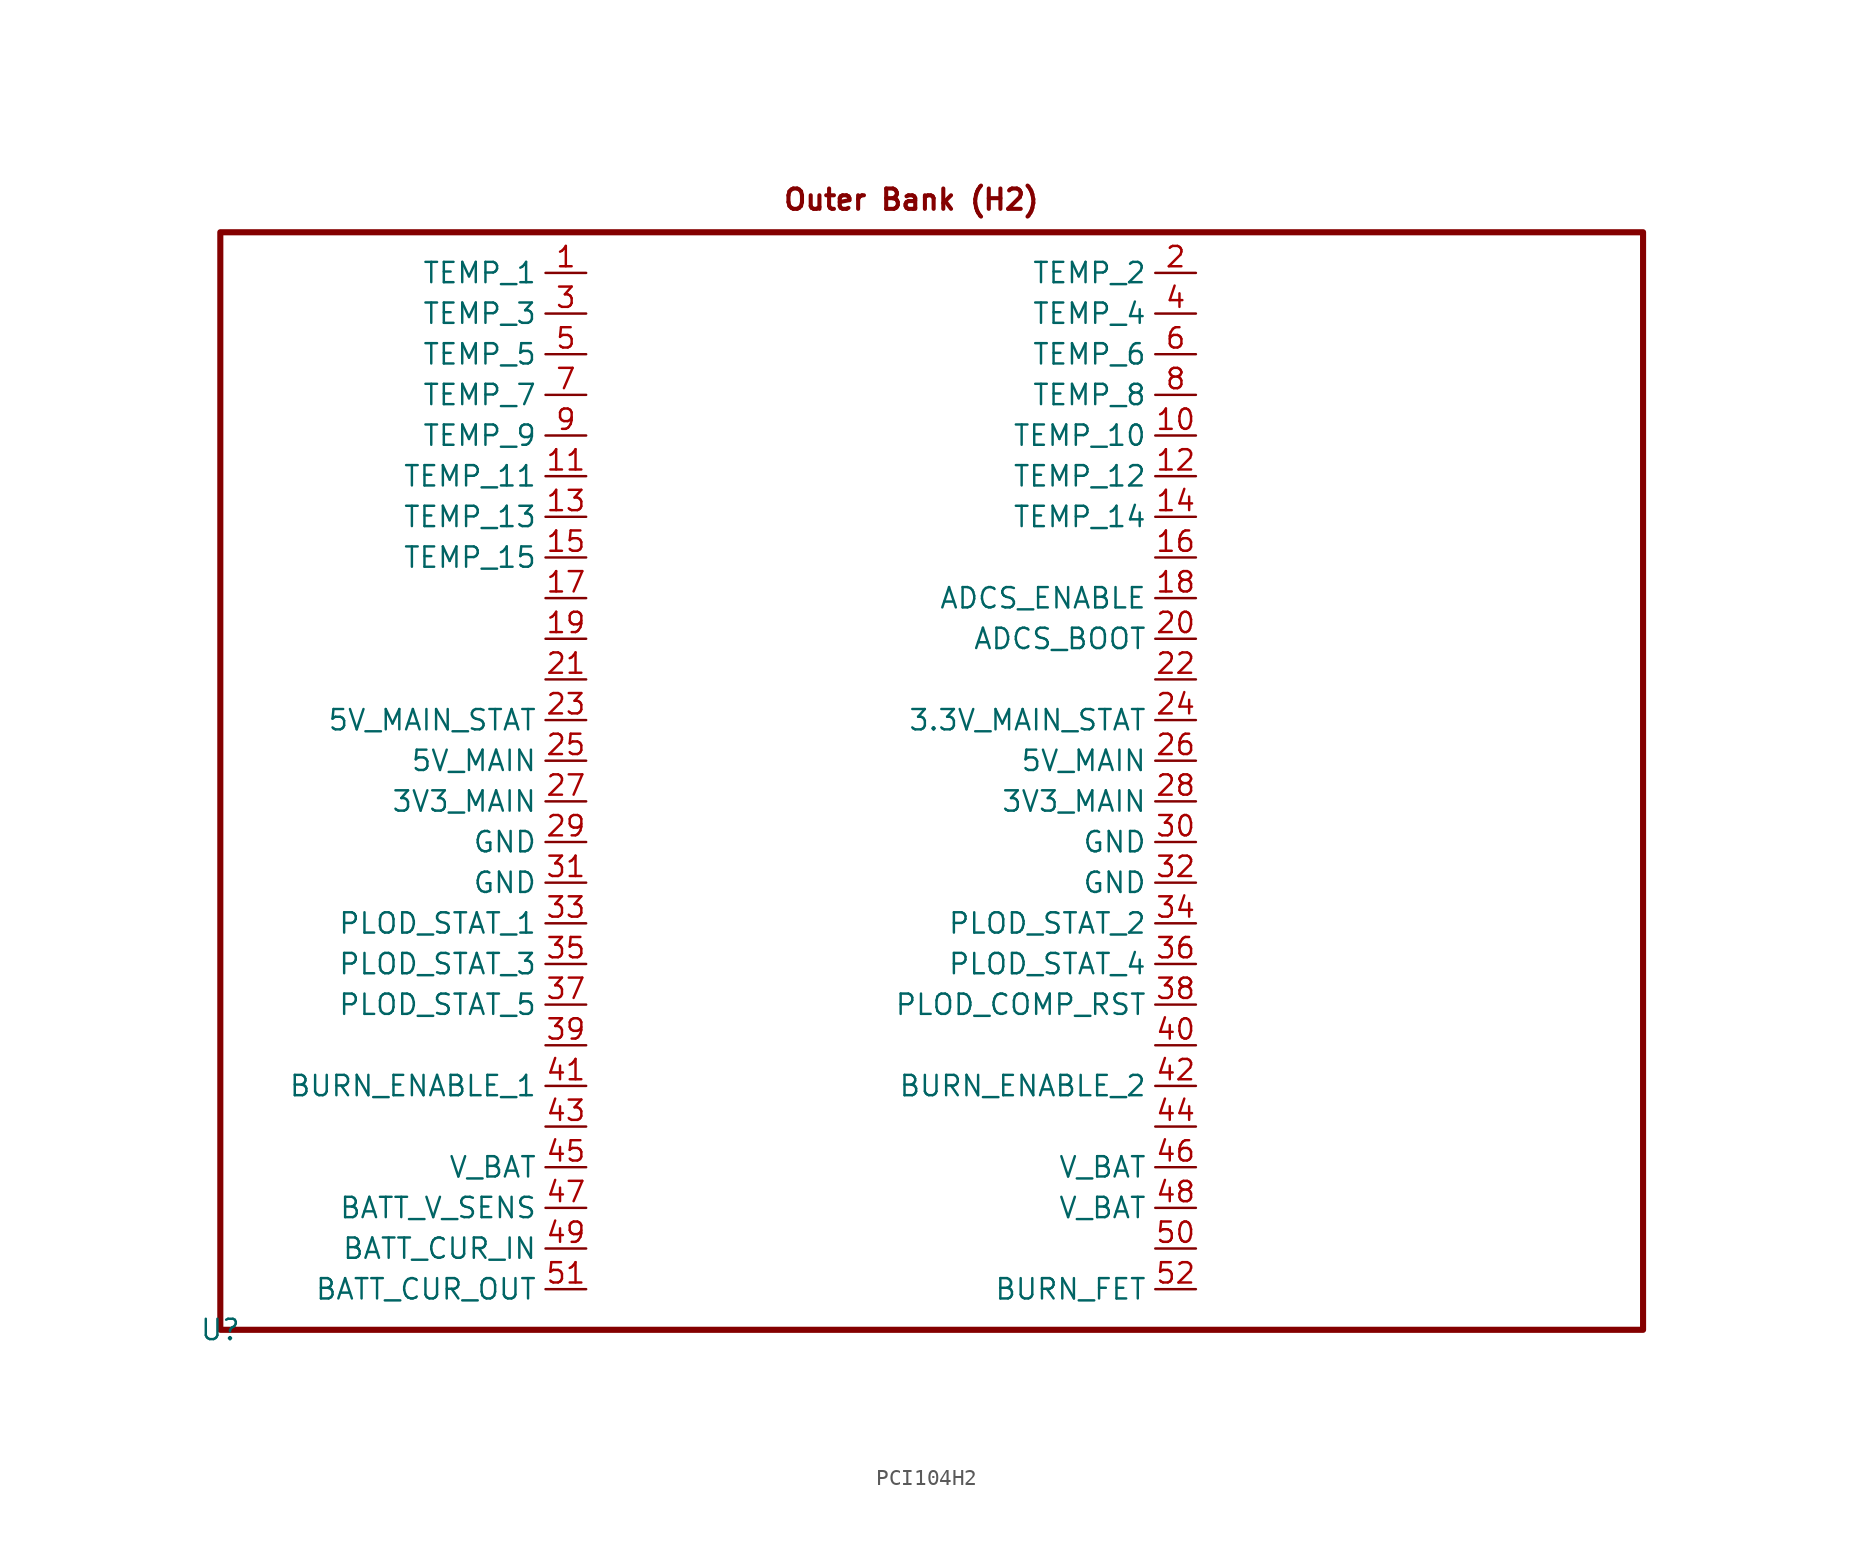
<source format=kicad_sym>
(kicad_symbol_lib
  (version 20231120)
  (generator "kicad_symbol_editor")
  (generator_version "8.0")
  (symbol "PCI104H2"
    (property "Reference" "U"
      (at 0 0 0)
      (effects (font (size 1.27 1.27))))
    (property "Value" ""
      (at 0 0 0)
      (effects (font (size 1.27 1.27))))
    (symbol "PCI104H2_1_0"
      (pin input line (at 60.96 55.88 180) (length 2.54) (name "TEMP_10" (effects (font (size 1.27 1.27)))) (number "10" (effects (font (size 1.27 1.27)))))
      (pin input line (at 22.86 53.34 180) (length 2.54) (name "TEMP_11" (effects (font (size 1.27 1.27)))) (number "11" (effects (font (size 1.27 1.27)))))
      (pin input line (at 60.96 53.34 180) (length 2.54) (name "TEMP_12" (effects (font (size 1.27 1.27)))) (number "12" (effects (font (size 1.27 1.27)))))
      (pin input line (at 22.86 50.8 180) (length 2.54) (name "TEMP_13" (effects (font (size 1.27 1.27)))) (number "13" (effects (font (size 1.27 1.27)))))
      (pin input line (at 60.96 50.8 180) (length 2.54) (name "TEMP_14" (effects (font (size 1.27 1.27)))) (number "14" (effects (font (size 1.27 1.27)))))
      (pin input line (at 22.86 48.26 180) (length 2.54) (name "TEMP_15" (effects (font (size 1.27 1.27)))) (number "15" (effects (font (size 1.27 1.27)))))
      (pin input line (at 60.96 48.26 180) (length 2.54) (name "" (effects (font (size 1.27 1.27)))) (number "16" (effects (font (size 1.27 1.27)))))
      (pin input line (at 22.86 45.72 180) (length 2.54) (name "" (effects (font (size 1.27 1.27)))) (number "17" (effects (font (size 1.27 1.27)))))
      (pin input line (at 60.96 45.72 180) (length 2.54) (name "ADCS_ENABLE" (effects (font (size 1.27 1.27)))) (number "18" (effects (font (size 1.27 1.27)))))
      (pin input line (at 22.86 43.18 180) (length 2.54) (name "" (effects (font (size 1.27 1.27)))) (number "19" (effects (font (size 1.27 1.27)))))
      (pin input line (at 60.96 66.04 180) (length 2.54) (name "TEMP_2" (effects (font (size 1.27 1.27)))) (number "2" (effects (font (size 1.27 1.27)))))
      (pin input line (at 60.96 43.18 180) (length 2.54) (name "ADCS_BOOT" (effects (font (size 1.27 1.27)))) (number "20" (effects (font (size 1.27 1.27)))))
      (pin input line (at 22.86 40.64 180) (length 2.54) (name "" (effects (font (size 1.27 1.27)))) (number "21" (effects (font (size 1.27 1.27)))))
      (pin input line (at 60.96 40.64 180) (length 2.54) (name "" (effects (font (size 1.27 1.27)))) (number "22" (effects (font (size 1.27 1.27)))))
      (pin input line (at 22.86 38.1 180) (length 2.54) (name "5V_MAIN_STAT" (effects (font (size 1.27 1.27)))) (number "23" (effects (font (size 1.27 1.27)))))
      (pin input line (at 60.96 38.1 180) (length 2.54) (name "3.3V_MAIN_STAT" (effects (font (size 1.27 1.27)))) (number "24" (effects (font (size 1.27 1.27)))))
      (pin input line (at 22.86 35.56 180) (length 2.54) (name "5V_MAIN" (effects (font (size 1.27 1.27)))) (number "25" (effects (font (size 1.27 1.27)))))
      (pin input line (at 60.96 35.56 180) (length 2.54) (name "5V_MAIN" (effects (font (size 1.27 1.27)))) (number "26" (effects (font (size 1.27 1.27)))))
      (pin input line (at 22.86 33.02 180) (length 2.54) (name "3V3_MAIN" (effects (font (size 1.27 1.27)))) (number "27" (effects (font (size 1.27 1.27)))))
      (pin input line (at 60.96 33.02 180) (length 2.54) (name "3V3_MAIN" (effects (font (size 1.27 1.27)))) (number "28" (effects (font (size 1.27 1.27)))))
      (pin input line (at 22.86 30.48 180) (length 2.54) (name "GND" (effects (font (size 1.27 1.27)))) (number "29" (effects (font (size 1.27 1.27)))))
      (pin input line (at 60.96 30.48 180) (length 2.54) (name "GND" (effects (font (size 1.27 1.27)))) (number "30" (effects (font (size 1.27 1.27)))))
      (pin input line (at 22.86 27.94 180) (length 2.54) (name "GND" (effects (font (size 1.27 1.27)))) (number "31" (effects (font (size 1.27 1.27)))))
      (pin input line (at 60.96 27.94 180) (length 2.54) (name "GND" (effects (font (size 1.27 1.27)))) (number "32" (effects (font (size 1.27 1.27)))))
      (pin input line (at 22.86 25.4 180) (length 2.54) (name "PLOD_STAT_1" (effects (font (size 1.27 1.27)))) (number "33" (effects (font (size 1.27 1.27)))))
      (pin input line (at 60.96 25.4 180) (length 2.54) (name "PLOD_STAT_2" (effects (font (size 1.27 1.27)))) (number "34" (effects (font (size 1.27 1.27)))))
      (pin input line (at 22.86 22.86 180) (length 2.54) (name "PLOD_STAT_3" (effects (font (size 1.27 1.27)))) (number "35" (effects (font (size 1.27 1.27)))))
      (pin input line (at 60.96 22.86 180) (length 2.54) (name "PLOD_STAT_4" (effects (font (size 1.27 1.27)))) (number "36" (effects (font (size 1.27 1.27)))))
      (pin input line (at 22.86 20.32 180) (length 2.54) (name "PLOD_STAT_5" (effects (font (size 1.27 1.27)))) (number "37" (effects (font (size 1.27 1.27)))))
      (pin input line (at 60.96 20.32 180) (length 2.54) (name "PLOD_COMP_RST" (effects (font (size 1.27 1.27)))) (number "38" (effects (font (size 1.27 1.27)))))
      (pin input line (at 22.86 17.78 180) (length 2.54) (name "" (effects (font (size 1.27 1.27)))) (number "39" (effects (font (size 1.27 1.27)))))
      (pin input line (at 60.96 63.5 180) (length 2.54) (name "TEMP_4" (effects (font (size 1.27 1.27)))) (number "4" (effects (font (size 1.27 1.27)))))
      (pin input line (at 60.96 17.78 180) (length 2.54) (name "" (effects (font (size 1.27 1.27)))) (number "40" (effects (font (size 1.27 1.27)))))
      (pin input line (at 22.86 15.24 180) (length 2.54) (name "BURN_ENABLE_1" (effects (font (size 1.27 1.27)))) (number "41" (effects (font (size 1.27 1.27)))))
      (pin input line (at 60.96 15.24 180) (length 2.54) (name "BURN_ENABLE_2" (effects (font (size 1.27 1.27)))) (number "42" (effects (font (size 1.27 1.27)))))
      (pin input line (at 22.86 12.7 180) (length 2.54) (name "" (effects (font (size 1.27 1.27)))) (number "43" (effects (font (size 1.27 1.27)))))
      (pin input line (at 60.96 12.7 180) (length 2.54) (name "" (effects (font (size 1.27 1.27)))) (number "44" (effects (font (size 1.27 1.27)))))
      (pin input line (at 22.86 10.16 180) (length 2.54) (name "V_BAT" (effects (font (size 1.27 1.27)))) (number "45" (effects (font (size 1.27 1.27)))))
      (pin input line (at 60.96 10.16 180) (length 2.54) (name "V_BAT" (effects (font (size 1.27 1.27)))) (number "46" (effects (font (size 1.27 1.27)))))
      (pin input line (at 22.86 7.62 180) (length 2.54) (name "BATT_V_SENS" (effects (font (size 1.27 1.27)))) (number "47" (effects (font (size 1.27 1.27)))))
      (pin input line (at 60.96 7.62 180) (length 2.54) (name "V_BAT" (effects (font (size 1.27 1.27)))) (number "48" (effects (font (size 1.27 1.27)))))
      (pin input line (at 22.86 5.08 180) (length 2.54) (name "BATT_CUR_IN" (effects (font (size 1.27 1.27)))) (number "49" (effects (font (size 1.27 1.27)))))
      (pin input line (at 22.86 60.96 180) (length 2.54) (name "TEMP_5" (effects (font (size 1.27 1.27)))) (number "5" (effects (font (size 1.27 1.27)))))
      (pin input line (at 60.96 5.08 180) (length 2.54) (name "" (effects (font (size 1.27 1.27)))) (number "50" (effects (font (size 1.27 1.27)))))
      (pin input line (at 22.86 2.54 180) (length 2.54) (name "BATT_CUR_OUT" (effects (font (size 1.27 1.27)))) (number "51" (effects (font (size 1.27 1.27)))))
      (pin input line (at 60.96 2.54 180) (length 2.54) (name "BURN_FET" (effects (font (size 1.27 1.27)))) (number "52" (effects (font (size 1.27 1.27)))))
      (pin input line (at 60.96 60.96 180) (length 2.54) (name "TEMP_6" (effects (font (size 1.27 1.27)))) (number "6" (effects (font (size 1.27 1.27)))))
      (pin input line (at 22.86 58.42 180) (length 2.54) (name "TEMP_7" (effects (font (size 1.27 1.27)))) (number "7" (effects (font (size 1.27 1.27)))))
      (pin input line (at 60.96 58.42 180) (length 2.54) (name "TEMP_8" (effects (font (size 1.27 1.27)))) (number "8" (effects (font (size 1.27 1.27)))))
      (pin input line (at 22.86 55.88 180) (length 2.54) (name "TEMP_9" (effects (font (size 1.27 1.27)))) (number "9" (effects (font (size 1.27 1.27))))))
    (symbol "PCI104H2_1_1"
      (rectangle (start 0 68.58) (end 88.9 0) (stroke (width 0.381) (type default)) (fill (type none)))
      (text "Outer Bank (H2)\n\n" (at 43.18 69.596 0) (effects (font (size 1.27 1.27) (bold yes))))
      (pin input line (at 22.86 66.04 180) (length 2.54) (name "TEMP_1" (effects (font (size 1.27 1.27)))) (number "1" (effects (font (size 1.27 1.27)))))
      (pin input line (at 22.86 63.5 180) (length 2.54) (name "TEMP_3" (effects (font (size 1.27 1.27)))) (number "3" (effects (font (size 1.27 1.27))))))))
</source>
